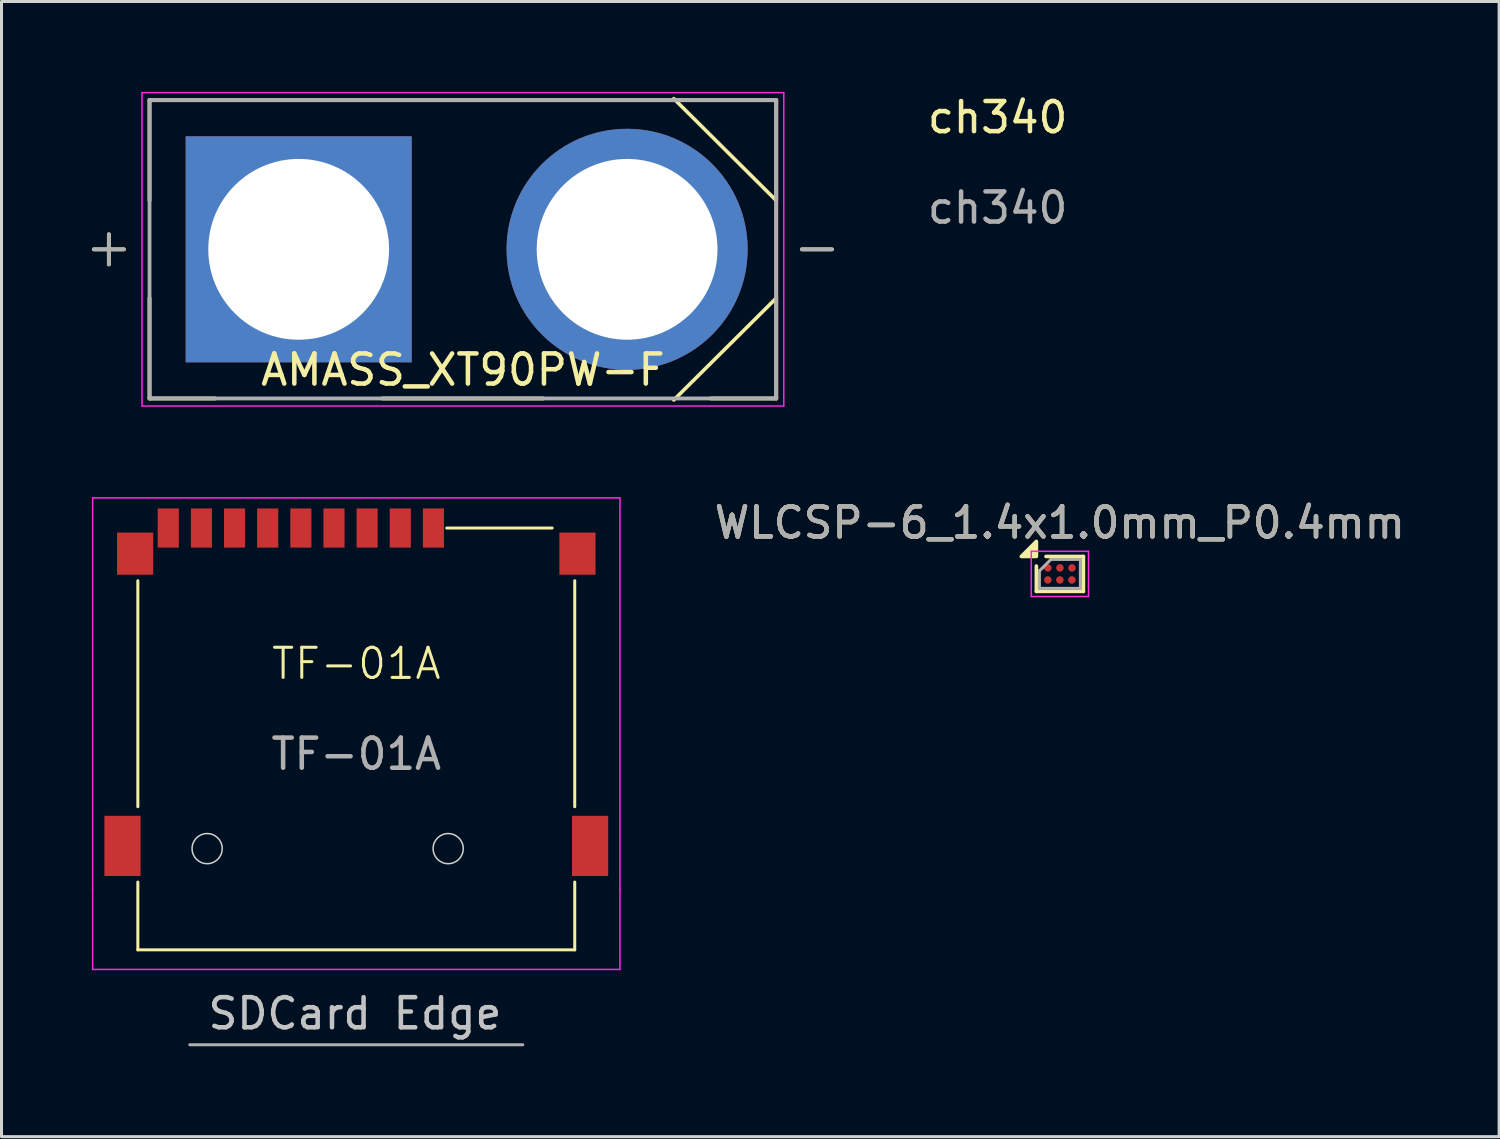
<source format=kicad_pcb>
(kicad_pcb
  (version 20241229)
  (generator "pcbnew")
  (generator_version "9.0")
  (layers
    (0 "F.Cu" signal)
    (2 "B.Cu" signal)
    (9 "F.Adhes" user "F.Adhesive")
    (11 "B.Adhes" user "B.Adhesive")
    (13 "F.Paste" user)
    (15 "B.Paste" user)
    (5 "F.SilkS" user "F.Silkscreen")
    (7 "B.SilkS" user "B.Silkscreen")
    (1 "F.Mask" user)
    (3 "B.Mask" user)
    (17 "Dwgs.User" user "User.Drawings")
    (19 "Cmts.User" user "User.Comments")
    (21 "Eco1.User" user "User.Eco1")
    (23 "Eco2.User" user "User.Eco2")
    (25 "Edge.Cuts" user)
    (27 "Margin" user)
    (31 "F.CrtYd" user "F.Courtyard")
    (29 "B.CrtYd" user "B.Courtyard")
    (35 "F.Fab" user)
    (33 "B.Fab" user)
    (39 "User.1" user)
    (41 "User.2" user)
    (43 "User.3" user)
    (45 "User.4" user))
  (footprint "ch340"
    (layer "F.Cu")
    (at 30.062 1.348)
    (property "Reference" "ch340" (at 0 -0.5 0) (unlocked yes) (layer "F.SilkS") (effects (font (size 1 1) (thickness 0.15))))
    (attr smd)
    (fp_text user "${REFERENCE}" (at 0 2.5 0) (unlocked yes) (layer "F.Fab") (effects (font (size 1 1) (thickness 0.15)))))
  (footprint "WLCSP-6_1.4x1.0mm_P0.4mm"
    (layer "F.Cu")
    (at 32.127 15.998)
    (property "Reference" "WLCSP-6_1.4x1.0mm_P0.4mm" (at 0 -1.7 0) (layer "F.SilkS") (effects (font (size 1 1) (thickness 0.15))))
    (attr smd)
    (fp_line (start -0.78 0.58) (end -0.78 -0.26) (stroke (width 0.12) (type solid)) (layer "F.SilkS"))
    (fp_line (start -0.46 -0.58) (end 0.78 -0.58) (stroke (width 0.12) (type solid)) (layer "F.SilkS"))
    (fp_line (start 0.78 -0.58) (end 0.78 0.58) (stroke (width 0.12) (type solid)) (layer "F.SilkS"))
    (fp_line (start 0.78 0.58) (end -0.78 0.58) (stroke (width 0.12) (type solid)) (layer "F.SilkS"))
    (fp_poly (pts (xy -0.78 -0.58) (xy -1.28 -0.58) (xy -0.78 -1.08) (xy -0.78 -0.58)) (stroke (width 0.12) (type solid)) (fill yes) (layer "F.SilkS"))
    (fp_line (start -0.95 -0.75) (end 0.95 -0.75) (stroke (width 0.05) (type solid)) (layer "F.CrtYd"))
    (fp_line (start -0.95 0.75) (end -0.95 -0.75) (stroke (width 0.05) (type solid)) (layer "F.CrtYd"))
    (fp_line (start 0.95 -0.75) (end 0.95 0.75) (stroke (width 0.05) (type solid)) (layer "F.CrtYd"))
    (fp_line (start 0.95 0.75) (end -0.95 0.75) (stroke (width 0.05) (type solid)) (layer "F.CrtYd"))
    (fp_line (start -0.68 -0.1) (end -0.3 -0.48) (stroke (width 0.1) (type solid)) (layer "F.Fab"))
    (fp_line (start -0.68 0.48) (end -0.68 -0.1) (stroke (width 0.1) (type solid)) (layer "F.Fab"))
    (fp_line (start -0.3 -0.48) (end 0.68 -0.48) (stroke (width 0.1) (type solid)) (layer "F.Fab"))
    (fp_line (start 0.68 -0.48) (end 0.68 0.48) (stroke (width 0.1) (type solid)) (layer "F.Fab"))
    (fp_line (start 0.68 0.48) (end -0.68 0.48) (stroke (width 0.1) (type solid)) (layer "F.Fab"))
    (fp_text user "${REFERENCE}" (at 0 -1.7 0) (layer "F.Fab") (effects (font (size 1 1) (thickness 0.15))))
    (pad "A1" smd circle (at -0.4 -0.2 90) (size 0.25 0.25) (property pad_prop_bga) (layers "F.Cu" "F.Mask" "F.Paste"))
    (pad "A2" smd circle (at 0 -0.2 90) (size 0.25 0.25) (property pad_prop_bga) (layers "F.Cu" "F.Mask" "F.Paste"))
    (pad "A3" smd circle (at 0.4 -0.2 90) (size 0.25 0.25) (property pad_prop_bga) (layers "F.Cu" "F.Mask" "F.Paste"))
    (pad "B1" smd circle (at -0.4 0.2 90) (size 0.25 0.25) (property pad_prop_bga) (layers "F.Cu" "F.Mask" "F.Paste"))
    (pad "B2" smd circle (at 0 0.2 90) (size 0.25 0.25) (property pad_prop_bga) (layers "F.Cu" "F.Mask" "F.Paste"))
    (pad "B3" smd circle (at 0.4 0.2 90) (size 0.25 0.25) (property pad_prop_bga) (layers "F.Cu" "F.Mask" "F.Paste")))
  (footprint "TF-01A"
    (layer "F.Cu")
    (at 8.775 14.475)
    (property "Reference" "TF-01A" (at 0 4.5 0) (unlocked yes) (layer "F.SilkS") (effects (font (size 1 1) (thickness 0.1))))
    (attr smd)
    (fp_line (start -7.25 1.75) (end -7.25 9.25) (stroke (width 0.1) (type default)) (layer "F.SilkS"))
    (fp_line (start -7.25 11.75) (end -7.25 14) (stroke (width 0.1) (type default)) (layer "F.SilkS"))
    (fp_line (start -7.25 14) (end 7.25 14) (stroke (width 0.1) (type default)) (layer "F.SilkS"))
    (fp_line (start 3 0) (end 6.5 0) (stroke (width 0.1) (type default)) (layer "F.SilkS"))
    (fp_line (start 7.25 9.25) (end 7.25 1.75) (stroke (width 0.1) (type default)) (layer "F.SilkS"))
    (fp_line (start 7.25 14) (end 7.25 11.75) (stroke (width 0.1) (type default)) (layer "F.SilkS"))
    (fp_circle (center -4.95 10.64) (end -4.45 10.64) (stroke (width 0.05) (type default)) (fill no) (layer "Edge.Cuts"))
    (fp_circle (center 3.05 10.64) (end 3.55 10.64) (stroke (width 0.05) (type default)) (fill no) (layer "Edge.Cuts"))
    (fp_line (start -8.75 -1) (end -8.75 12) (stroke (width 0.05) (type default)) (layer "F.CrtYd"))
    (fp_line (start -8.75 12) (end -8.75 14.65) (stroke (width 0.05) (type default)) (layer "F.CrtYd"))
    (fp_line (start -8.75 14.65) (end 8.75 14.65) (stroke (width 0.05) (type default)) (layer "F.CrtYd"))
    (fp_line (start 8.75 -1) (end -8.75 -1) (stroke (width 0.05) (type default)) (layer "F.CrtYd"))
    (fp_line (start 8.75 12) (end 8.75 -1) (stroke (width 0.05) (type default)) (layer "F.CrtYd"))
    (fp_line (start 8.75 12) (end 8.75 14.65) (stroke (width 0.05) (type default)) (layer "F.CrtYd"))
    (fp_line (start -5.525 17.15) (end 5.525 17.15) (stroke (width 0.1) (type default)) (layer "F.Fab"))
    (fp_text user "SDCard Edge" (at -5 16.7 0) (unlocked yes) (layer "Dwgs.User") (effects (font (size 1 1) (thickness 0.15)) (justify left bottom)))
    (fp_text user "${REFERENCE}" (at 0 7.5 0) (unlocked yes) (layer "F.Fab") (effects (font (size 1 1) (thickness 0.15))))
    (pad "1" smd rect (at 2.56 0) (size 0.7 1.3) (layers "F.Cu" "F.Mask" "F.Paste"))
    (pad "2" smd rect (at 1.46 0) (size 0.7 1.3) (layers "F.Cu" "F.Mask" "F.Paste"))
    (pad "3" smd rect (at 0.36 0) (size 0.7 1.3) (layers "F.Cu" "F.Mask" "F.Paste"))
    (pad "4" smd rect (at -0.74 0) (size 0.7 1.3) (layers "F.Cu" "F.Mask" "F.Paste"))
    (pad "5" smd rect (at -1.84 0) (size 0.7 1.3) (layers "F.Cu" "F.Mask" "F.Paste"))
    (pad "6" smd rect (at -2.94 0) (size 0.7 1.3) (layers "F.Cu" "F.Mask" "F.Paste"))
    (pad "7" smd rect (at -4.04 0) (size 0.7 1.3) (layers "F.Cu" "F.Mask" "F.Paste"))
    (pad "8" smd rect (at -5.14 0) (size 0.7 1.3) (layers "F.Cu" "F.Mask" "F.Paste"))
    (pad "9" smd rect (at -6.24 0) (size 0.7 1.3) (layers "F.Cu" "F.Mask" "F.Paste"))
    (pad "10" smd rect (at -7.76 10.55) (size 1.2 2) (layers "F.Cu" "F.Mask" "F.Paste"))
    (pad "10" smd rect (at -7.34 0.85) (size 1.2 1.4) (layers "F.Cu" "F.Mask" "F.Paste"))
    (pad "10" smd rect (at 7.34 0.85) (size 1.2 1.4) (layers "F.Cu" "F.Mask" "F.Paste"))
    (pad "10" smd rect (at 7.76 10.55) (size 1.2 2) (layers "F.Cu" "F.Mask" "F.Paste")))
  (footprint "AMASS_XT90PW-F"
    (layer "F.Cu")
    (at 12.313 5.225)
    (property "Reference" "AMASS_XT90PW-F" (at 0 4 0) (layer "F.SilkS") (effects (font (size 1 1) (thickness 0.15))))
    (attr through_hole)
    (fp_line (start -11.75 -0.5) (end -11.75 0.5) (stroke (width 0.127) (type solid)) (layer "F.SilkS"))
    (fp_line (start -11.25 0) (end -12.25 0) (stroke (width 0.127) (type solid)) (layer "F.SilkS"))
    (fp_line (start -10.4 -4.95) (end 10.4 -4.95) (stroke (width 0.127) (type solid)) (layer "F.SilkS"))
    (fp_line (start -10.4 -1.62) (end -10.4 -4.95) (stroke (width 0.127) (type solid)) (layer "F.SilkS"))
    (fp_line (start -10.4 4.95) (end -10.4 1.62) (stroke (width 0.127) (type solid)) (layer "F.SilkS"))
    (fp_line (start -8.228 4.95) (end -10.4 4.95) (stroke (width 0.127) (type solid)) (layer "F.SilkS"))
    (fp_line (start -2.672 4.95) (end 2.672 4.95) (stroke (width 0.127) (type solid)) (layer "F.SilkS"))
    (fp_line (start 7 -5) (end 10.4 -1.62) (stroke (width 0.12) (type solid)) (layer "F.SilkS"))
    (fp_line (start 10.4 -4.95) (end 10.4 -1.62) (stroke (width 0.127) (type solid)) (layer "F.SilkS"))
    (fp_line (start 10.4 -1.62) (end 10.4 1.62) (stroke (width 0.12) (type solid)) (layer "F.SilkS"))
    (fp_line (start 10.4 1.62) (end 7 5) (stroke (width 0.12) (type solid)) (layer "F.SilkS"))
    (fp_line (start 10.4 4.95) (end 8.228 4.95) (stroke (width 0.127) (type solid)) (layer "F.SilkS"))
    (fp_line (start 10.4 4.95) (end 10.4 1.62) (stroke (width 0.127) (type solid)) (layer "F.SilkS"))
    (fp_line (start 11.25 0) (end 12.25 0) (stroke (width 0.127) (type solid)) (layer "F.SilkS"))
    (fp_line (start -10.65 -5.2) (end -10.65 5.2) (stroke (width 0.05) (type solid)) (layer "F.CrtYd"))
    (fp_line (start -10.65 5.2) (end 10.65 5.2) (stroke (width 0.05) (type solid)) (layer "F.CrtYd"))
    (fp_line (start 10.65 -5.2) (end -10.65 -5.2) (stroke (width 0.05) (type solid)) (layer "F.CrtYd"))
    (fp_line (start 10.65 5.2) (end 10.65 -5.2) (stroke (width 0.05) (type solid)) (layer "F.CrtYd"))
    (fp_line (start -12.25 0) (end -11.25 0) (stroke (width 0.127) (type solid)) (layer "F.Fab"))
    (fp_line (start -11.75 -0.5) (end -11.75 0.5) (stroke (width 0.127) (type solid)) (layer "F.Fab"))
    (fp_line (start -10.4 -4.95) (end 10.4 -4.95) (stroke (width 0.127) (type solid)) (layer "F.Fab"))
    (fp_line (start -10.4 4.95) (end -10.4 -4.95) (stroke (width 0.127) (type solid)) (layer "F.Fab"))
    (fp_line (start 10.4 -4.95) (end 10.4 4.95) (stroke (width 0.127) (type solid)) (layer "F.Fab"))
    (fp_line (start 10.4 4.95) (end -10.4 4.95) (stroke (width 0.127) (type solid)) (layer "F.Fab"))
    (fp_line (start 11.25 0) (end 12.25 0) (stroke (width 0.127) (type solid)) (layer "F.Fab"))
    (pad "1" thru_hole rect (at -5.45 0) (size 7.5 7.5) (drill 6) (layers "*.Cu" "*.Mask"))
    (pad "2" thru_hole circle (at 5.45 0) (size 8 8) (drill 6) (layers "*.Cu" "*.Mask")))
  (gr_rect
    (start -3 -3)
    (end 46.705 34.675)
    (stroke (width 0.1) (type default))
    (fill no)
    (layer "Edge.Cuts")))
</source>
